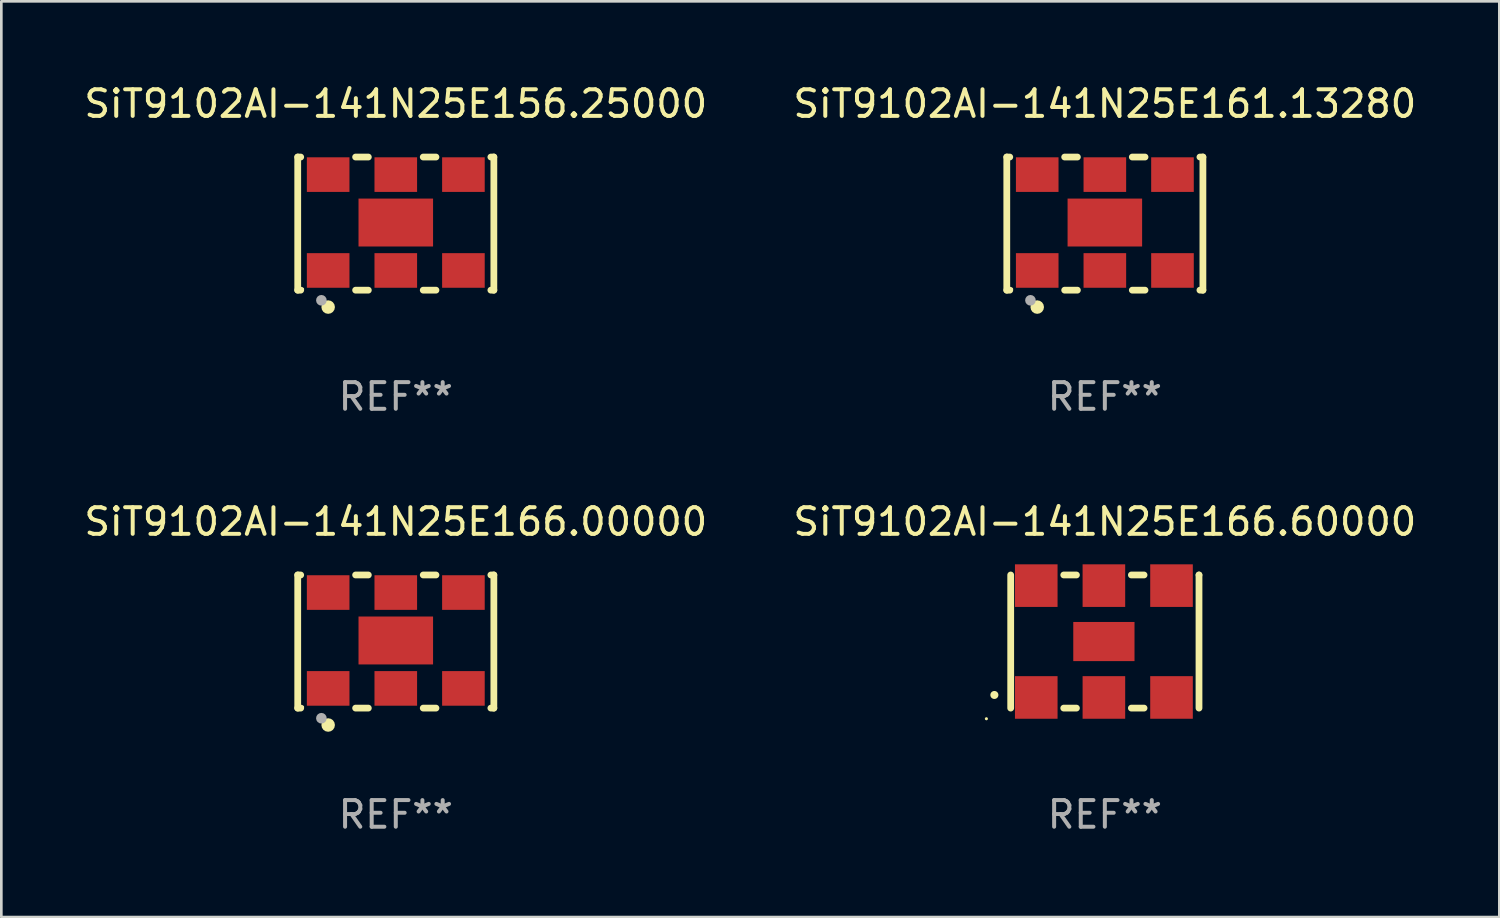
<source format=kicad_pcb>
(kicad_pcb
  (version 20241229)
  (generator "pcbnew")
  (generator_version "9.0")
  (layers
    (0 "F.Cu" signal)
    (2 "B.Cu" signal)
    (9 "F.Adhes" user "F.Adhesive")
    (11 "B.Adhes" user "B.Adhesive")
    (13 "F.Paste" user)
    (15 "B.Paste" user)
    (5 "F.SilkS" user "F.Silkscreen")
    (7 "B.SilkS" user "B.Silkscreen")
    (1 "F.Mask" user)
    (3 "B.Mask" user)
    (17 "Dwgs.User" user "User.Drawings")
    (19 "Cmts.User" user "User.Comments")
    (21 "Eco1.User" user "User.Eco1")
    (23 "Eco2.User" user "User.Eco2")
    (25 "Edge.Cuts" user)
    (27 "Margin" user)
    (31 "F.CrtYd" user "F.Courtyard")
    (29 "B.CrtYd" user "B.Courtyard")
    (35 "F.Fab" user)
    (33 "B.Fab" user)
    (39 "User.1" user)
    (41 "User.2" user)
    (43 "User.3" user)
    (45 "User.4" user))
  (footprint "SiT9102AI-141N25E166.00000"
    (layer "F.Cu")
    (at 11.815 21.045)
    (property "Reference" "SiT9102AI-141N25E166.00000" (at 0 -4.5 0) (layer "F.SilkS") (effects (font (size 1 1) (thickness 0.15))))
    (attr through_hole)
    (fp_line (start -3.683 -2.5) (end -3.571 -2.5) (stroke (width 0.254) (type solid)) (layer "F.SilkS"))
    (fp_line (start -3.683 2.5) (end -3.683 -2.5) (stroke (width 0.254) (type solid)) (layer "F.SilkS"))
    (fp_line (start -3.683 2.5) (end -3.571 2.5) (stroke (width 0.254) (type solid)) (layer "F.SilkS"))
    (fp_line (start -1.509 -2.5) (end -1.031 -2.5) (stroke (width 0.254) (type solid)) (layer "F.SilkS"))
    (fp_line (start -1.509 2.5) (end -1.031 2.5) (stroke (width 0.254) (type solid)) (layer "F.SilkS"))
    (fp_line (start 1.031 -2.5) (end 1.509 -2.5) (stroke (width 0.254) (type solid)) (layer "F.SilkS"))
    (fp_line (start 1.031 2.5) (end 1.509 2.5) (stroke (width 0.254) (type solid)) (layer "F.SilkS"))
    (fp_line (start 3.571 -2.5) (end 3.683 -2.5) (stroke (width 0.254) (type solid)) (layer "F.SilkS"))
    (fp_line (start 3.571 2.5) (end 3.683 2.5) (stroke (width 0.254) (type solid)) (layer "F.SilkS"))
    (fp_line (start 3.683 2.5) (end 3.683 -2.5) (stroke (width 0.254) (type solid)) (layer "F.SilkS"))
    (fp_circle (center -3.5 2.46) (end -3.47 2.46) (stroke (width 0.06) (type solid)) (fill no) (layer "F.SilkS"))
    (fp_circle (center -2.54 3.135) (end -2.413 3.135) (stroke (width 0.254) (type solid)) (fill no) (layer "F.SilkS"))
    (fp_circle (center -2.794 2.881) (end -2.694 2.881) (stroke (width 0.2) (type solid)) (fill no) (layer "F.Fab"))
    (fp_text user "REF**" (at 0 6.5 0) (layer "F.Fab") (effects (font (size 1 1) (thickness 0.15))))
    (pad "1" smd rect (at -2.54 1.76) (size 1.6 1.3) (layers "F.Cu" "F.Mask" "F.Paste"))
    (pad "2" smd rect (at 0 1.76) (size 1.6 1.3) (layers "F.Cu" "F.Mask" "F.Paste"))
    (pad "3" smd rect (at 2.54 1.76) (size 1.6 1.3) (layers "F.Cu" "F.Mask" "F.Paste"))
    (pad "4" smd rect (at 2.54 -1.84) (size 1.6 1.3) (layers "F.Cu" "F.Mask" "F.Paste"))
    (pad "5" smd rect (at 0 -1.84) (size 1.6 1.3) (layers "F.Cu" "F.Mask" "F.Paste"))
    (pad "6" smd rect (at -2.54 -1.84) (size 1.6 1.3) (layers "F.Cu" "F.Mask" "F.Paste"))
    (pad "7" smd rect (at 0 -0.04) (size 2.8 1.8) (layers "F.Cu" "F.Mask" "F.Paste")))
  (footprint "SiT9102AI-141N25E166.60000"
    (layer "F.Cu")
    (at 38.446 21.045)
    (property "Reference" "SiT9102AI-141N25E166.60000" (at 0 -4.5 0) (layer "F.SilkS") (effects (font (size 1 1) (thickness 0.15))))
    (attr through_hole)
    (fp_line (start -3.536 -2.5) (end -3.536 2.5) (stroke (width 0.254) (type solid)) (layer "F.SilkS"))
    (fp_line (start -1.544 2.5) (end -1.067 2.5) (stroke (width 0.254) (type solid)) (layer "F.SilkS"))
    (fp_line (start -1.067 -2.5) (end -1.544 -2.5) (stroke (width 0.254) (type solid)) (layer "F.SilkS"))
    (fp_line (start 0.996 2.5) (end 1.473 2.5) (stroke (width 0.254) (type solid)) (layer "F.SilkS"))
    (fp_line (start 1.473 -2.5) (end 0.996 -2.5) (stroke (width 0.254) (type solid)) (layer "F.SilkS"))
    (fp_line (start 3.536 -2.5) (end 3.536 -2.5) (stroke (width 0.254) (type solid)) (layer "F.SilkS"))
    (fp_line (start 3.536 2.5) (end 3.536 -2.5) (stroke (width 0.254) (type solid)) (layer "F.SilkS"))
    (fp_arc (start -4.150432 2.006604) (mid -4.149162 2.006599) (end -4.147892 2.006604) (stroke (width 0.3) (type solid)) (layer "F.SilkS"))
    (fp_circle (center -4.449 2.9) (end -4.419 2.9) (stroke (width 0.06) (type solid)) (fill no) (layer "F.SilkS"))
    (fp_text user "REF**" (at 0 6.5 0) (layer "F.Fab") (effects (font (size 1 1) (thickness 0.15))))
    (pad "1" smd rect (at -2.576 2.1) (size 1.6 1.6) (layers "F.Cu" "F.Mask" "F.Paste"))
    (pad "2" smd rect (at -0.036 2.1) (size 1.6 1.6) (layers "F.Cu" "F.Mask" "F.Paste"))
    (pad "3" smd rect (at 2.504 2.1) (size 1.6 1.6) (layers "F.Cu" "F.Mask" "F.Paste"))
    (pad "4" smd rect (at 2.504 -2.1) (size 1.6 1.6) (layers "F.Cu" "F.Mask" "F.Paste"))
    (pad "5" smd rect (at -0.036 -2.1) (size 1.6 1.6) (layers "F.Cu" "F.Mask" "F.Paste"))
    (pad "6" smd rect (at -2.576 -2.1) (size 1.6 1.6) (layers "F.Cu" "F.Mask" "F.Paste"))
    (pad "7" smd rect (at -0.036 0) (size 2.3 1.47) (layers "F.Cu" "F.Mask" "F.Paste")))
  (footprint "SiT9102AI-141N25E161.13280"
    (layer "F.Cu")
    (at 38.446 5.348)
    (property "Reference" "SiT9102AI-141N25E161.13280" (at 0 -4.5 0) (layer "F.SilkS") (effects (font (size 1 1) (thickness 0.15))))
    (attr through_hole)
    (fp_line (start -3.683 -2.5) (end -3.571 -2.5) (stroke (width 0.254) (type solid)) (layer "F.SilkS"))
    (fp_line (start -3.683 2.5) (end -3.683 -2.5) (stroke (width 0.254) (type solid)) (layer "F.SilkS"))
    (fp_line (start -3.683 2.5) (end -3.571 2.5) (stroke (width 0.254) (type solid)) (layer "F.SilkS"))
    (fp_line (start -1.509 -2.5) (end -1.031 -2.5) (stroke (width 0.254) (type solid)) (layer "F.SilkS"))
    (fp_line (start -1.509 2.5) (end -1.031 2.5) (stroke (width 0.254) (type solid)) (layer "F.SilkS"))
    (fp_line (start 1.031 -2.5) (end 1.509 -2.5) (stroke (width 0.254) (type solid)) (layer "F.SilkS"))
    (fp_line (start 1.031 2.5) (end 1.509 2.5) (stroke (width 0.254) (type solid)) (layer "F.SilkS"))
    (fp_line (start 3.571 -2.5) (end 3.683 -2.5) (stroke (width 0.254) (type solid)) (layer "F.SilkS"))
    (fp_line (start 3.571 2.5) (end 3.683 2.5) (stroke (width 0.254) (type solid)) (layer "F.SilkS"))
    (fp_line (start 3.683 2.5) (end 3.683 -2.5) (stroke (width 0.254) (type solid)) (layer "F.SilkS"))
    (fp_circle (center -3.5 2.46) (end -3.47 2.46) (stroke (width 0.06) (type solid)) (fill no) (layer "F.SilkS"))
    (fp_circle (center -2.54 3.135) (end -2.413 3.135) (stroke (width 0.254) (type solid)) (fill no) (layer "F.SilkS"))
    (fp_circle (center -2.794 2.881) (end -2.694 2.881) (stroke (width 0.2) (type solid)) (fill no) (layer "F.Fab"))
    (fp_text user "REF**" (at 0 6.5 0) (layer "F.Fab") (effects (font (size 1 1) (thickness 0.15))))
    (pad "1" smd rect (at -2.54 1.76) (size 1.6 1.3) (layers "F.Cu" "F.Mask" "F.Paste"))
    (pad "2" smd rect (at 0 1.76) (size 1.6 1.3) (layers "F.Cu" "F.Mask" "F.Paste"))
    (pad "3" smd rect (at 2.54 1.76) (size 1.6 1.3) (layers "F.Cu" "F.Mask" "F.Paste"))
    (pad "4" smd rect (at 2.54 -1.84) (size 1.6 1.3) (layers "F.Cu" "F.Mask" "F.Paste"))
    (pad "5" smd rect (at 0 -1.84) (size 1.6 1.3) (layers "F.Cu" "F.Mask" "F.Paste"))
    (pad "6" smd rect (at -2.54 -1.84) (size 1.6 1.3) (layers "F.Cu" "F.Mask" "F.Paste"))
    (pad "7" smd rect (at 0 -0.04) (size 2.8 1.8) (layers "F.Cu" "F.Mask" "F.Paste")))
  (footprint "SiT9102AI-141N25E156.25000"
    (layer "F.Cu")
    (at 11.815 5.348)
    (property "Reference" "SiT9102AI-141N25E156.25000" (at 0 -4.5 0) (layer "F.SilkS") (effects (font (size 1 1) (thickness 0.15))))
    (attr through_hole)
    (fp_line (start -3.683 -2.5) (end -3.571 -2.5) (stroke (width 0.254) (type solid)) (layer "F.SilkS"))
    (fp_line (start -3.683 2.5) (end -3.683 -2.5) (stroke (width 0.254) (type solid)) (layer "F.SilkS"))
    (fp_line (start -3.683 2.5) (end -3.571 2.5) (stroke (width 0.254) (type solid)) (layer "F.SilkS"))
    (fp_line (start -1.509 -2.5) (end -1.031 -2.5) (stroke (width 0.254) (type solid)) (layer "F.SilkS"))
    (fp_line (start -1.509 2.5) (end -1.031 2.5) (stroke (width 0.254) (type solid)) (layer "F.SilkS"))
    (fp_line (start 1.031 -2.5) (end 1.509 -2.5) (stroke (width 0.254) (type solid)) (layer "F.SilkS"))
    (fp_line (start 1.031 2.5) (end 1.509 2.5) (stroke (width 0.254) (type solid)) (layer "F.SilkS"))
    (fp_line (start 3.571 -2.5) (end 3.683 -2.5) (stroke (width 0.254) (type solid)) (layer "F.SilkS"))
    (fp_line (start 3.571 2.5) (end 3.683 2.5) (stroke (width 0.254) (type solid)) (layer "F.SilkS"))
    (fp_line (start 3.683 2.5) (end 3.683 -2.5) (stroke (width 0.254) (type solid)) (layer "F.SilkS"))
    (fp_circle (center -3.5 2.46) (end -3.47 2.46) (stroke (width 0.06) (type solid)) (fill no) (layer "F.SilkS"))
    (fp_circle (center -2.54 3.135) (end -2.413 3.135) (stroke (width 0.254) (type solid)) (fill no) (layer "F.SilkS"))
    (fp_circle (center -2.794 2.881) (end -2.694 2.881) (stroke (width 0.2) (type solid)) (fill no) (layer "F.Fab"))
    (fp_text user "REF**" (at 0 6.5 0) (layer "F.Fab") (effects (font (size 1 1) (thickness 0.15))))
    (pad "1" smd rect (at -2.54 1.76) (size 1.6 1.3) (layers "F.Cu" "F.Mask" "F.Paste"))
    (pad "2" smd rect (at 0 1.76) (size 1.6 1.3) (layers "F.Cu" "F.Mask" "F.Paste"))
    (pad "3" smd rect (at 2.54 1.76) (size 1.6 1.3) (layers "F.Cu" "F.Mask" "F.Paste"))
    (pad "4" smd rect (at 2.54 -1.84) (size 1.6 1.3) (layers "F.Cu" "F.Mask" "F.Paste"))
    (pad "5" smd rect (at 0 -1.84) (size 1.6 1.3) (layers "F.Cu" "F.Mask" "F.Paste"))
    (pad "6" smd rect (at -2.54 -1.84) (size 1.6 1.3) (layers "F.Cu" "F.Mask" "F.Paste"))
    (pad "7" smd rect (at 0 -0.04) (size 2.8 1.8) (layers "F.Cu" "F.Mask" "F.Paste")))
  (gr_rect
    (start -3 -3)
    (end 53.262 31.393)
    (stroke (width 0.1) (type default))
    (fill no)
    (layer "Edge.Cuts")))
</source>
